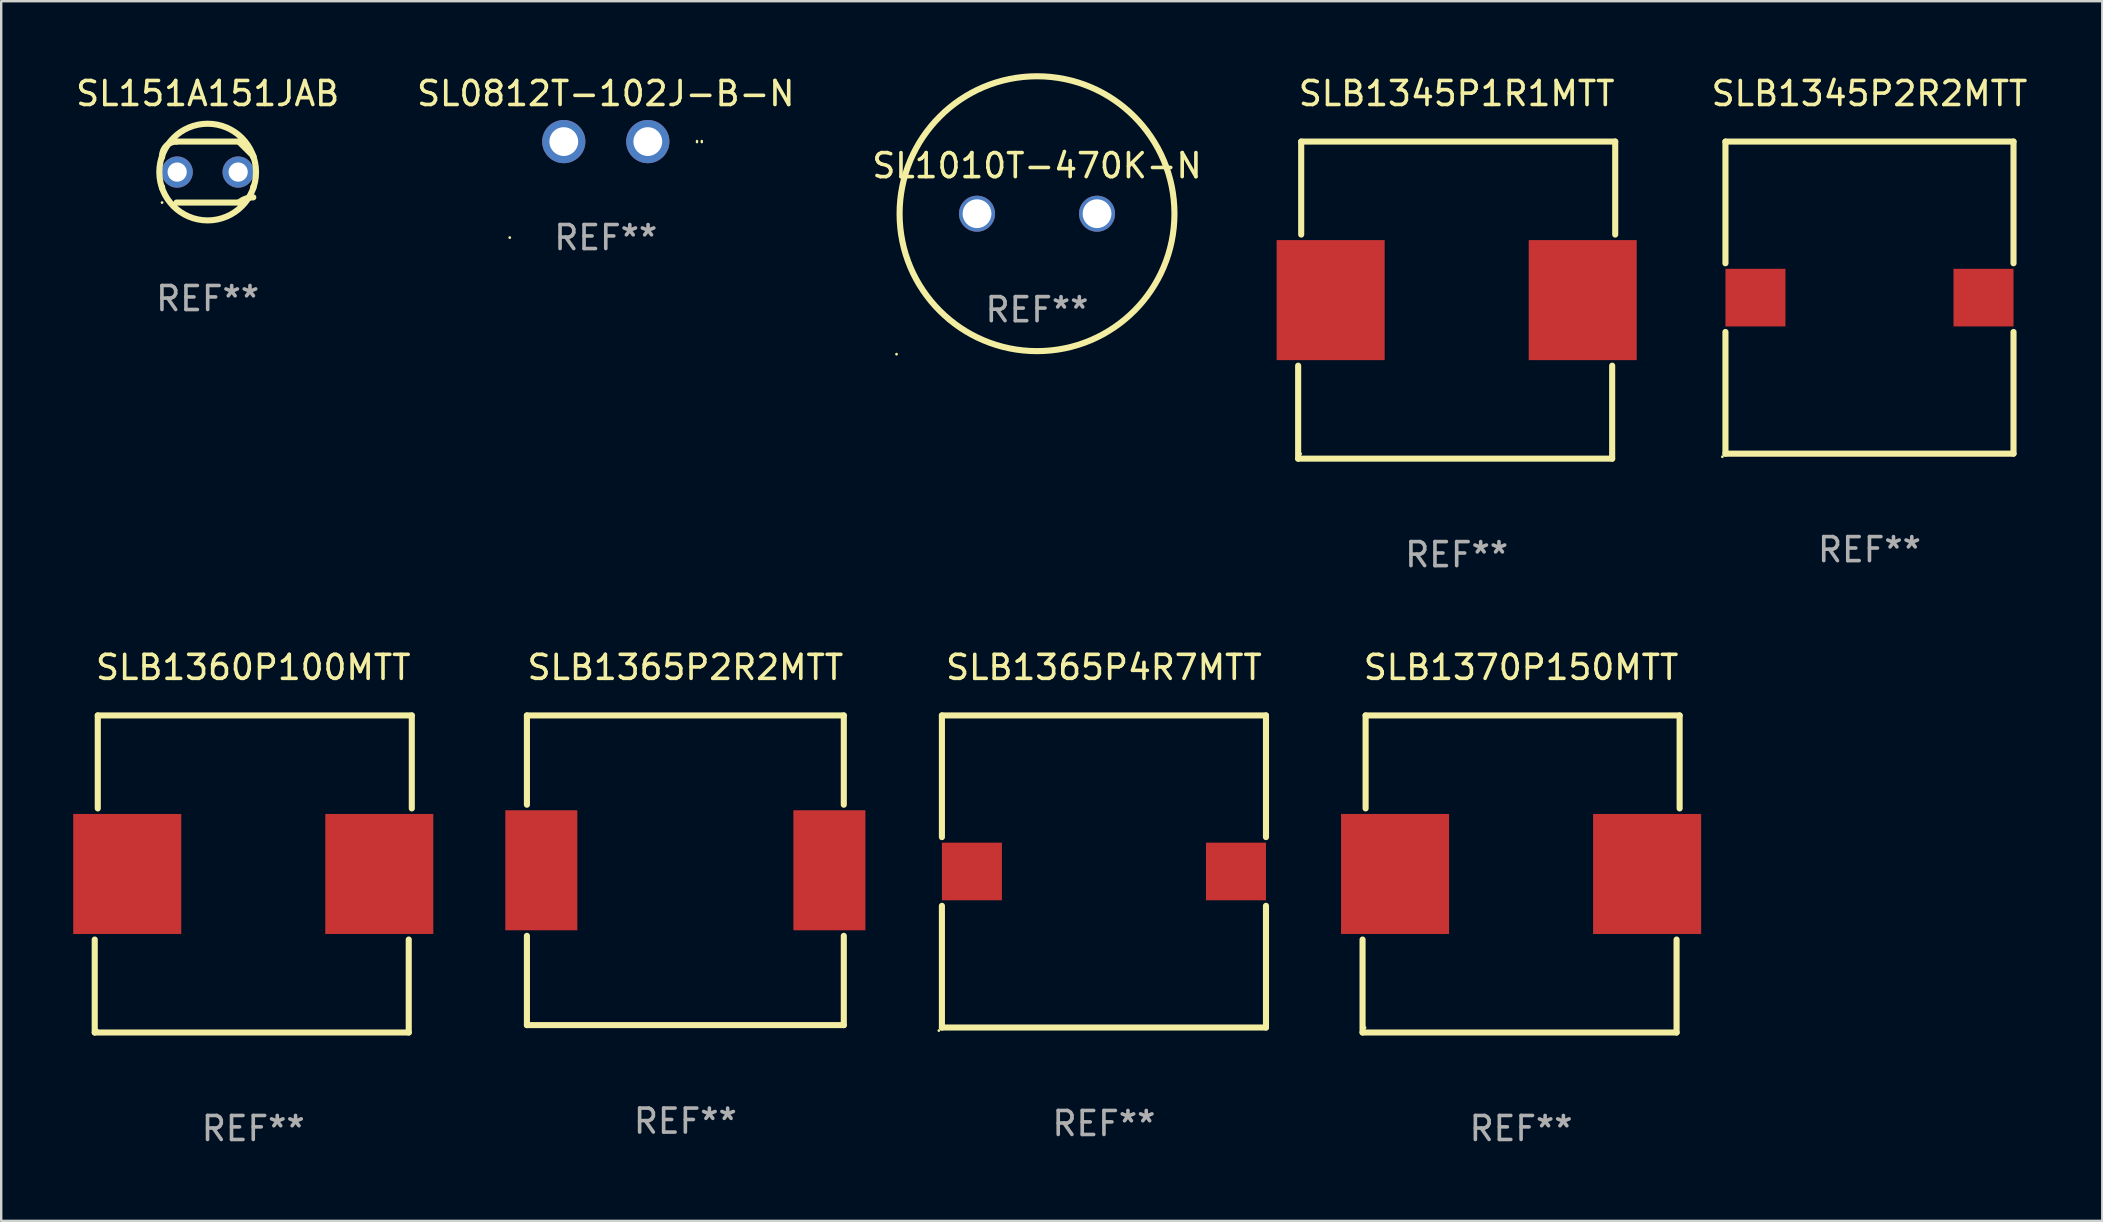
<source format=kicad_pcb>
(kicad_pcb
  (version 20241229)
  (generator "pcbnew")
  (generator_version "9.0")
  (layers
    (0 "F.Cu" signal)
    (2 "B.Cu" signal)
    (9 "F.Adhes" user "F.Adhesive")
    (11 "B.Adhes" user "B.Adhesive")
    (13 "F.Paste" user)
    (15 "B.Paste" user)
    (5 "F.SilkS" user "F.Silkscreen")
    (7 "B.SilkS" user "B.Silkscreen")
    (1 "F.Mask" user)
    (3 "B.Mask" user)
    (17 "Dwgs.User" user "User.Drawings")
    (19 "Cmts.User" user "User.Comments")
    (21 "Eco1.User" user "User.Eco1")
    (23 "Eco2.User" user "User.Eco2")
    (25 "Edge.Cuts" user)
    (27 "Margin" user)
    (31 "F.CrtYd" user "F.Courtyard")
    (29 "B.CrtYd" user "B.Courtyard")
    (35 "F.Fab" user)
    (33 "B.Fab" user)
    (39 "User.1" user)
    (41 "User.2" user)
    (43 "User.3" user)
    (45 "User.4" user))
  (footprint "SLB1370P150MTT"
    (layer "F.Cu")
    (at 60.314 33.357)
    (property "Reference" "SLB1370P150MTT" (at 0 -8.604 0) (layer "F.SilkS") (effects (font (size 1 1) (thickness 0.15))))
    (attr through_hole)
    (fp_line (start -6.604 2.731) (end -6.604 6.604) (stroke (width 0.254) (type solid)) (layer "F.SilkS"))
    (fp_line (start -6.604 6.604) (end 6.477 6.604) (stroke (width 0.254) (type solid)) (layer "F.SilkS"))
    (fp_line (start -6.477 -6.604) (end -6.477 -2.731) (stroke (width 0.254) (type solid)) (layer "F.SilkS"))
    (fp_line (start 6.477 6.604) (end 6.477 2.731) (stroke (width 0.254) (type solid)) (layer "F.SilkS"))
    (fp_line (start 6.604 -6.604) (end -6.477 -6.604) (stroke (width 0.254) (type solid)) (layer "F.SilkS"))
    (fp_line (start 6.604 -2.731) (end 6.604 -6.604) (stroke (width 0.254) (type solid)) (layer "F.SilkS"))
    (fp_circle (center -6.5 6.4) (end -6.47 6.4) (stroke (width 0.06) (type solid)) (fill no) (layer "F.SilkS"))
    (fp_text user "REF**" (at 0 10.604 0) (layer "F.Fab") (effects (font (size 1 1) (thickness 0.15))))
    (pad "1" smd rect (at -5.25 0 180) (size 4.5 5) (layers "F.Cu" "F.Mask" "F.Paste"))
    (pad "2" smd rect (at 5.25 0 180) (size 4.5 5) (layers "F.Cu" "F.Mask" "F.Paste")))
  (footprint "SL1010T-470K-N"
    (layer "F.Cu")
    (at 40.149 5.852)
    (property "Reference" "SL1010T-470K-N" (at 0 -2 0) (layer "F.SilkS") (effects (font (size 1 1) (thickness 0.15))))
    (attr through_hole)
    (fp_circle (center -5.852 5.852) (end -5.822 5.852) (stroke (width 0.06) (type solid)) (fill no) (layer "F.SilkS"))
    (fp_circle (center 0 0) (end 5.725 0) (stroke (width 0.254) (type solid)) (fill no) (layer "F.SilkS"))
    (fp_text user "REF**" (at 0 4 0) (layer "F.Fab") (effects (font (size 1 1) (thickness 0.15))))
    (pad "1" thru_hole circle (at -2.5 0) (size 1.5 1.5) (drill 1.2) (layers "*.Cu" "*.Mask"))
    (pad "2" thru_hole circle (at 2.5 0) (size 1.5 1.5) (drill 1.2) (layers "*.Cu" "*.Mask")))
  (footprint "SLB1365P4R7MTT"
    (layer "F.Cu")
    (at 42.937 33.253)
    (property "Reference" "SLB1365P4R7MTT" (at 0 -8.5 0) (layer "F.SilkS") (effects (font (size 1 1) (thickness 0.15))))
    (attr through_hole)
    (fp_line (start -6.75 -6.5) (end 6.75 -6.5) (stroke (width 0.254) (type solid)) (layer "F.SilkS"))
    (fp_line (start -6.75 -1.431) (end -6.75 -6.5) (stroke (width 0.254) (type solid)) (layer "F.SilkS"))
    (fp_line (start -6.75 6.5) (end -6.75 1.431) (stroke (width 0.254) (type solid)) (layer "F.SilkS"))
    (fp_line (start -6.75 6.5) (end 6.75 6.5) (stroke (width 0.254) (type solid)) (layer "F.SilkS"))
    (fp_line (start 6.75 -6.5) (end 6.75 -1.431) (stroke (width 0.254) (type solid)) (layer "F.SilkS"))
    (fp_line (start 6.75 1.431) (end 6.75 6.5) (stroke (width 0.254) (type solid)) (layer "F.SilkS"))
    (fp_circle (center -6.877 6.627) (end -6.847 6.627) (stroke (width 0.06) (type solid)) (fill no) (layer "F.SilkS"))
    (fp_text user "REF**" (at 0 10.5 0) (layer "F.Fab") (effects (font (size 1 1) (thickness 0.15))))
    (pad "1" smd rect (at -5.5 0 180) (size 2.5 2.4) (layers "F.Cu" "F.Mask" "F.Paste"))
    (pad "2" smd rect (at 5.5 0 180) (size 2.5 2.4) (layers "F.Cu" "F.Mask" "F.Paste")))
  (footprint "SL0812T-102J-B-N"
    (layer "F.Cu")
    (at 22.185 2.848)
    (property "Reference" "SL0812T-102J-B-N" (at 0 -2 0) (layer "F.SilkS") (effects (font (size 1 1) (thickness 0.15))))
    (attr through_hole)
    (fp_arc (start 3.799924 0.02413) (mid 3.799848 0) (end 3.799924 -0.02413) (stroke (width 0.1) (type solid)) (layer "F.SilkS"))
    (fp_arc (start 3.999924 0.02413) (mid 3.999852 0) (end 3.999924 -0.02413) (stroke (width 0.1) (type solid)) (layer "F.SilkS"))
    (fp_circle (center -4 4) (end -3.97 4) (stroke (width 0.06) (type solid)) (fill no) (layer "F.SilkS"))
    (fp_text user "REF**" (at 0 4 0) (layer "F.Fab") (effects (font (size 1 1) (thickness 0.15))))
    (pad "1" thru_hole circle (at -1.75 0) (size 1.8 1.8) (drill 1.2) (layers "*.Cu" "*.Mask"))
    (pad "2" thru_hole circle (at 1.75 0) (size 1.8 1.8) (drill 1.2) (layers "*.Cu" "*.Mask")))
  (footprint "SLB1360P100MTT"
    (layer "F.Cu")
    (at 7.5 33.357)
    (property "Reference" "SLB1360P100MTT" (at 0 -8.604 0) (layer "F.SilkS") (effects (font (size 1 1) (thickness 0.15))))
    (attr through_hole)
    (fp_line (start -6.604 2.731) (end -6.604 6.604) (stroke (width 0.254) (type solid)) (layer "F.SilkS"))
    (fp_line (start -6.604 6.604) (end 6.477 6.604) (stroke (width 0.254) (type solid)) (layer "F.SilkS"))
    (fp_line (start -6.477 -6.604) (end -6.477 -2.731) (stroke (width 0.254) (type solid)) (layer "F.SilkS"))
    (fp_line (start 6.477 6.604) (end 6.477 2.731) (stroke (width 0.254) (type solid)) (layer "F.SilkS"))
    (fp_line (start 6.604 -6.604) (end -6.477 -6.604) (stroke (width 0.254) (type solid)) (layer "F.SilkS"))
    (fp_line (start 6.604 -2.731) (end 6.604 -6.604) (stroke (width 0.254) (type solid)) (layer "F.SilkS"))
    (fp_circle (center -6.5 6.5) (end -6.47 6.5) (stroke (width 0.06) (type solid)) (fill no) (layer "F.SilkS"))
    (fp_text user "REF**" (at 0 10.604 0) (layer "F.Fab") (effects (font (size 1 1) (thickness 0.15))))
    (pad "1" smd rect (at -5.25 0.000025 180) (size 4.5 5) (layers "F.Cu" "F.Mask" "F.Paste"))
    (pad "2" smd rect (at 5.25 0.000025 180) (size 4.5 5) (layers "F.Cu" "F.Mask" "F.Paste")))
  (footprint "SL151A151JAB"
    (layer "F.Cu")
    (at 5.601 4.118)
    (property "Reference" "SL151A151JAB" (at 0 -3.27 0) (layer "F.SilkS") (effects (font (size 1 1) (thickness 0.15))))
    (attr through_hole)
    (fp_line (start -1.9 -0.615) (end -1.9 -0.668) (stroke (width 0.254) (type solid)) (layer "F.SilkS"))
    (fp_line (start -1.9 0.668) (end -1.9 0.615) (stroke (width 0.254) (type solid)) (layer "F.SilkS"))
    (fp_line (start -1.298 1.27) (end 1.298 1.27) (stroke (width 0.254) (type solid)) (layer "F.SilkS"))
    (fp_line (start -1.298 -1.27) (end 1.298 -1.27) (stroke (width 0.254) (type solid)) (layer "F.SilkS"))
    (fp_line (start 1.9 -0.668) (end 1.9 -0.615) (stroke (width 0.254) (type solid)) (layer "F.SilkS"))
    (fp_line (start 1.9 0.615) (end 1.9 0.668) (stroke (width 0.254) (type solid)) (layer "F.SilkS"))
    (fp_arc (start -1.900025 0.667602) (mid 1.900003 -0.66758) (end -1.900025 0.667602) (stroke (width 0.254001) (type solid)) (layer "F.SilkS"))
    (fp_arc (start -1.9 -0.667602) (mid -1.723557 -1.093572) (end -1.297587 -1.270015) (stroke (width 0.254001) (type solid)) (layer "F.SilkS"))
    (fp_arc (start 1.297587 1.26999) (mid 1.579878 1.109027) (end 1.9 1.053172) (stroke (width 0.254001) (type solid)) (layer "F.SilkS"))
    (fp_arc (start 1.297611 -1.270042) (mid 1.598991 -0.969008) (end 1.900025 -0.667628) (stroke (width 0.254001) (type solid)) (layer "F.SilkS"))
    (fp_circle (center -1.9 1.27) (end -1.87 1.27) (stroke (width 0.06) (type solid)) (fill no) (layer "F.SilkS"))
    (fp_text user "REF**" (at 0 5.27 0) (layer "F.Fab") (effects (font (size 1 1) (thickness 0.15))))
    (pad "1" thru_hole circle (at -1.27 -0.000013) (size 1.3 1.3) (drill 0.8) (layers "*.Cu" "*.Mask"))
    (pad "2" thru_hole circle (at 1.27 -0.000013) (size 1.3 1.3) (drill 0.8) (layers "*.Cu" "*.Mask")))
  (footprint "SLB1345P2R2MTT"
    (layer "F.Cu")
    (at 74.827 9.348)
    (property "Reference" "SLB1345P2R2MTT" (at 0 -8.5 0) (layer "F.SilkS") (effects (font (size 1 1) (thickness 0.15))))
    (attr through_hole)
    (fp_line (start -6 -6.5) (end 6 -6.5) (stroke (width 0.254) (type solid)) (layer "F.SilkS"))
    (fp_line (start -6 -1.431) (end -6 -6.5) (stroke (width 0.254) (type solid)) (layer "F.SilkS"))
    (fp_line (start -6 6.5) (end -6 1.431) (stroke (width 0.254) (type solid)) (layer "F.SilkS"))
    (fp_line (start -6 6.5) (end 6 6.5) (stroke (width 0.254) (type solid)) (layer "F.SilkS"))
    (fp_line (start 6 -1.431) (end 6 -6.5) (stroke (width 0.254) (type solid)) (layer "F.SilkS"))
    (fp_line (start 6 6.5) (end 6 1.431) (stroke (width 0.254) (type solid)) (layer "F.SilkS"))
    (fp_circle (center -6.127 6.627) (end -6.097 6.627) (stroke (width 0.06) (type solid)) (fill no) (layer "F.SilkS"))
    (fp_text user "REF**" (at 0 10.5 0) (layer "F.Fab") (effects (font (size 1 1) (thickness 0.15))))
    (pad "1" smd rect (at -4.75 0 180) (size 2.5 2.4) (layers "F.Cu" "F.Mask" "F.Paste"))
    (pad "2" smd rect (at 4.75 0 180) (size 2.5 2.4) (layers "F.Cu" "F.Mask" "F.Paste")))
  (footprint "SLB1365P2R2MTT"
    (layer "F.Cu")
    (at 25.5 33.203)
    (property "Reference" "SLB1365P2R2MTT" (at 0 -8.45 0) (layer "F.SilkS") (effects (font (size 1 1) (thickness 0.15))))
    (attr through_hole)
    (fp_line (start -6.6 -6.45) (end 6.6 -6.45) (stroke (width 0.254) (type solid)) (layer "F.SilkS"))
    (fp_line (start -6.6 -2.731) (end -6.6 -6.45) (stroke (width 0.254) (type solid)) (layer "F.SilkS"))
    (fp_line (start -6.6 6.45) (end -6.6 2.731) (stroke (width 0.254) (type solid)) (layer "F.SilkS"))
    (fp_line (start 6.6 -2.731) (end 6.6 -6.45) (stroke (width 0.254) (type solid)) (layer "F.SilkS"))
    (fp_line (start 6.6 6.45) (end -6.6 6.45) (stroke (width 0.254) (type solid)) (layer "F.SilkS"))
    (fp_line (start 6.6 6.45) (end 6.6 2.731) (stroke (width 0.254) (type solid)) (layer "F.SilkS"))
    (fp_circle (center -6.6 6.45) (end -6.57 6.45) (stroke (width 0.06) (type solid)) (fill no) (layer "F.SilkS"))
    (fp_text user "REF**" (at 0 10.45 0) (layer "F.Fab") (effects (font (size 1 1) (thickness 0.15))))
    (pad "1" smd rect (at -6 0) (size 3 5) (layers "F.Cu" "F.Mask" "F.Paste"))
    (pad "2" smd rect (at 6 0) (size 3 5) (layers "F.Cu" "F.Mask" "F.Paste")))
  (footprint "SLB1345P1R1MTT"
    (layer "F.Cu")
    (at 57.631 9.452)
    (property "Reference" "SLB1345P1R1MTT" (at 0 -8.604 0) (layer "F.SilkS") (effects (font (size 1 1) (thickness 0.15))))
    (attr through_hole)
    (fp_line (start -6.604 2.731) (end -6.604 6.604) (stroke (width 0.254) (type solid)) (layer "F.SilkS"))
    (fp_line (start -6.604 6.604) (end 6.477 6.604) (stroke (width 0.254) (type solid)) (layer "F.SilkS"))
    (fp_line (start -6.477 -6.604) (end -6.477 -2.731) (stroke (width 0.254) (type solid)) (layer "F.SilkS"))
    (fp_line (start 6.477 6.604) (end 6.477 2.731) (stroke (width 0.254) (type solid)) (layer "F.SilkS"))
    (fp_line (start 6.604 -6.604) (end -6.477 -6.604) (stroke (width 0.254) (type solid)) (layer "F.SilkS"))
    (fp_line (start 6.604 -2.731) (end 6.604 -6.604) (stroke (width 0.254) (type solid)) (layer "F.SilkS"))
    (fp_circle (center -6.5 6.4) (end -6.47 6.4) (stroke (width 0.06) (type solid)) (fill no) (layer "F.SilkS"))
    (fp_text user "REF**" (at 0 10.604 0) (layer "F.Fab") (effects (font (size 1 1) (thickness 0.15))))
    (pad "1" smd rect (at -5.25 0 180) (size 4.5 5) (layers "F.Cu" "F.Mask" "F.Paste"))
    (pad "2" smd rect (at 5.25 0 180) (size 4.5 5) (layers "F.Cu" "F.Mask" "F.Paste")))
  (gr_rect
    (start -3 -3)
    (end 84.524 47.809)
    (stroke (width 0.1) (type default))
    (fill no)
    (layer "Edge.Cuts")))
</source>
